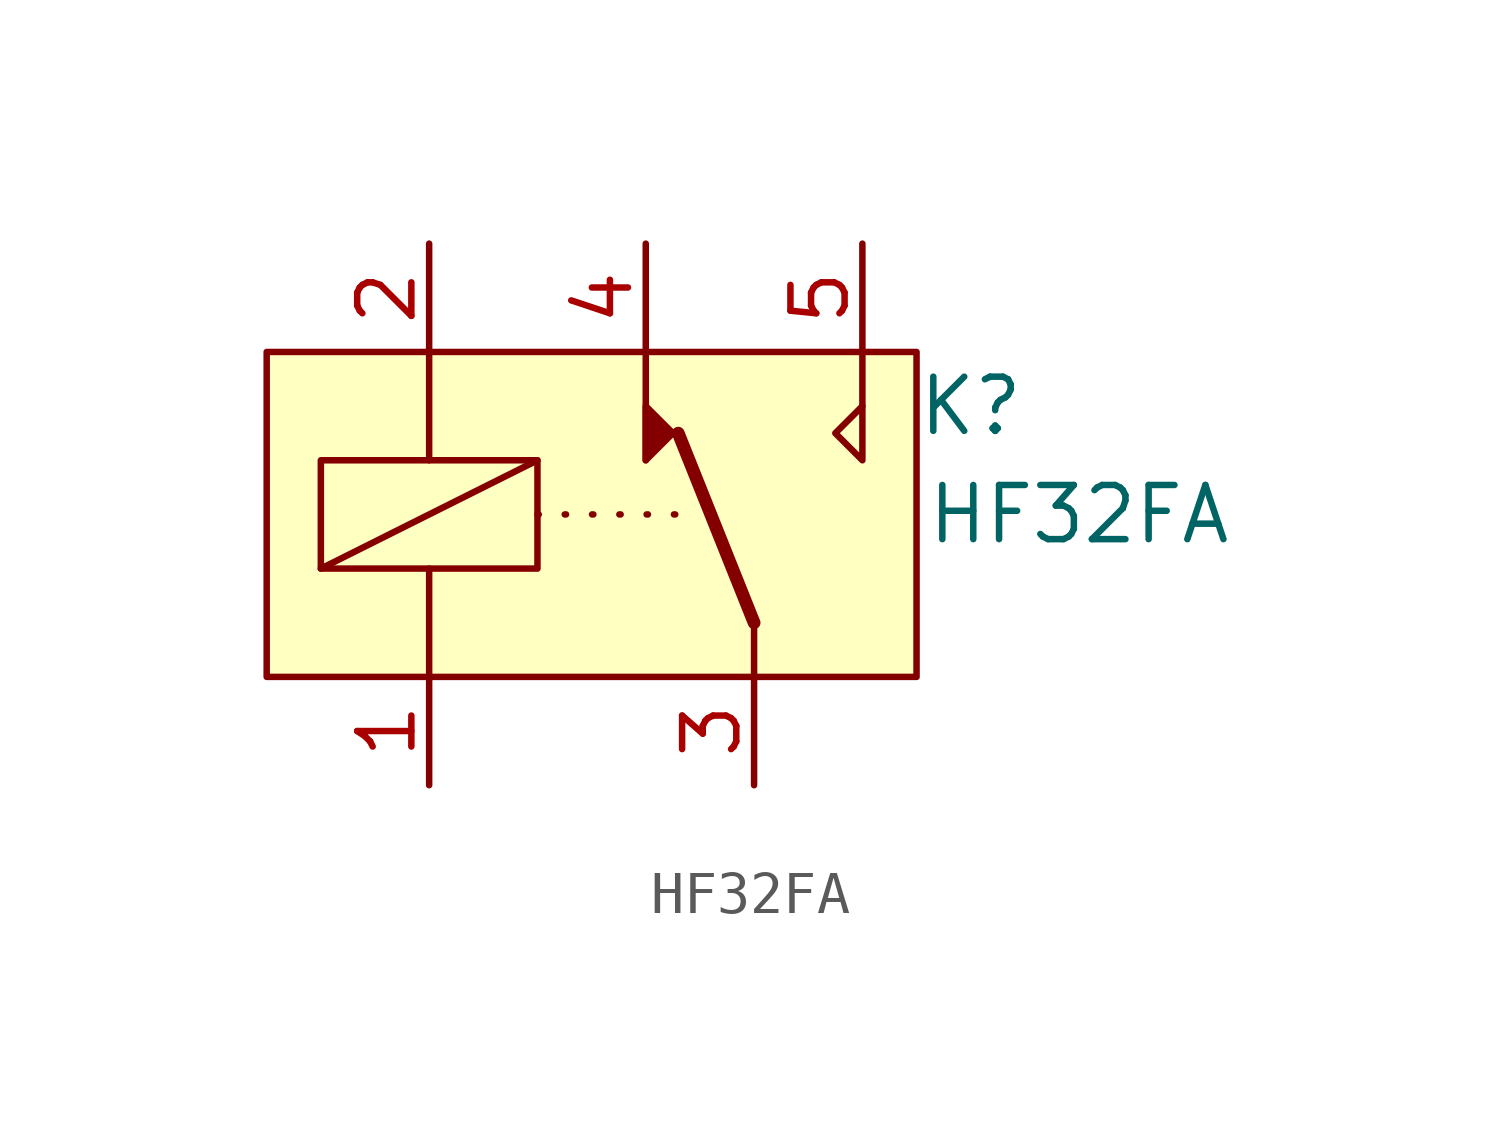
<source format=kicad_sym>
(kicad_symbol_lib
  (version 20220914)
  (generator kicad_symbol_editor)
  (symbol "HF32FA"
    (property "Reference" "K"
      (at 16.51 -1.27 0)
      (effects (font (size 1.27 1.27))))
    (property "Value" "HF32FA"
      (at 19.05 -3.81 0)
      (effects (font (size 1.27 1.27))))
    (symbol "HF32FA_0_1"
      (polyline (pts (xy 1.27 -5.08) (xy 6.35 -2.54)) (stroke (width 0) (type default)) (fill (type none)))
      (polyline (pts (xy 3.81 -5.08) (xy 3.81 -7.62)) (stroke (width 0) (type default)) (fill (type none)))
      (polyline (pts (xy 3.81 0) (xy 3.81 -2.54)) (stroke (width 0) (type default)) (fill (type none)))
      (polyline (pts (xy 8.89 0) (xy 8.89 -2.54)) (stroke (width 0) (type default)) (fill (type none)))
      (polyline (pts (xy 11.43 -6.35) (xy 11.43 -7.62)) (stroke (width 0) (type default)) (fill (type none)))
      (polyline (pts (xy 13.97 0) (xy 13.97 -1.27)) (stroke (width 0) (type default)) (fill (type none)))
      (rectangle (start 1.27 -2.54) (end 6.35 -5.08) (stroke (width 0) (type default)) (fill (type none))))
    (symbol "HF32FA_1_1"
      (polyline (pts (xy 6.35 -3.81) (xy 10.16 -3.81)) (stroke (width 0) (type dot)) (fill (type background)))
      (polyline (pts (xy 11.43 -6.35) (xy 9.652 -1.905)) (stroke (width 0.3) (type default)) (fill (type none)))
      (polyline (pts (xy 8.89 -2.54) (xy 8.89 -1.27) (xy 9.525 -1.905) (xy 8.89 -2.54)) (stroke (width 0) (type default)) (fill (type outline)))
      (polyline (pts (xy 13.97 -1.27) (xy 13.97 -2.54) (xy 13.335 -1.905) (xy 13.97 -1.27)) (stroke (width 0) (type default)) (fill (type none)))
      (rectangle (start 0 0) (end 15.24 -7.62) (stroke (width 0) (type default)) (fill (type background)))
      (pin passive line (at 3.81 -10.16 90) (length 2.54) (name "" (effects (font (size 1.27 1.27)))) (number "1" (effects (font (size 1.27 1.27)))))
      (pin passive line (at 3.81 2.54 270) (length 2.54) (name "" (effects (font (size 1.27 1.27)))) (number "2" (effects (font (size 1.27 1.27)))))
      (pin passive line (at 11.43 -10.16 90) (length 2.54) (name "" (effects (font (size 1.27 1.27)))) (number "3" (effects (font (size 1.27 1.27)))))
      (pin passive line (at 8.89 2.54 270) (length 2.54) (name "" (effects (font (size 1.27 1.27)))) (number "4" (effects (font (size 1.27 1.27)))))
      (pin passive line (at 13.97 2.54 270) (length 2.54) (name "" (effects (font (size 1.27 1.27)))) (number "5" (effects (font (size 1.27 1.27))))))))
</source>
